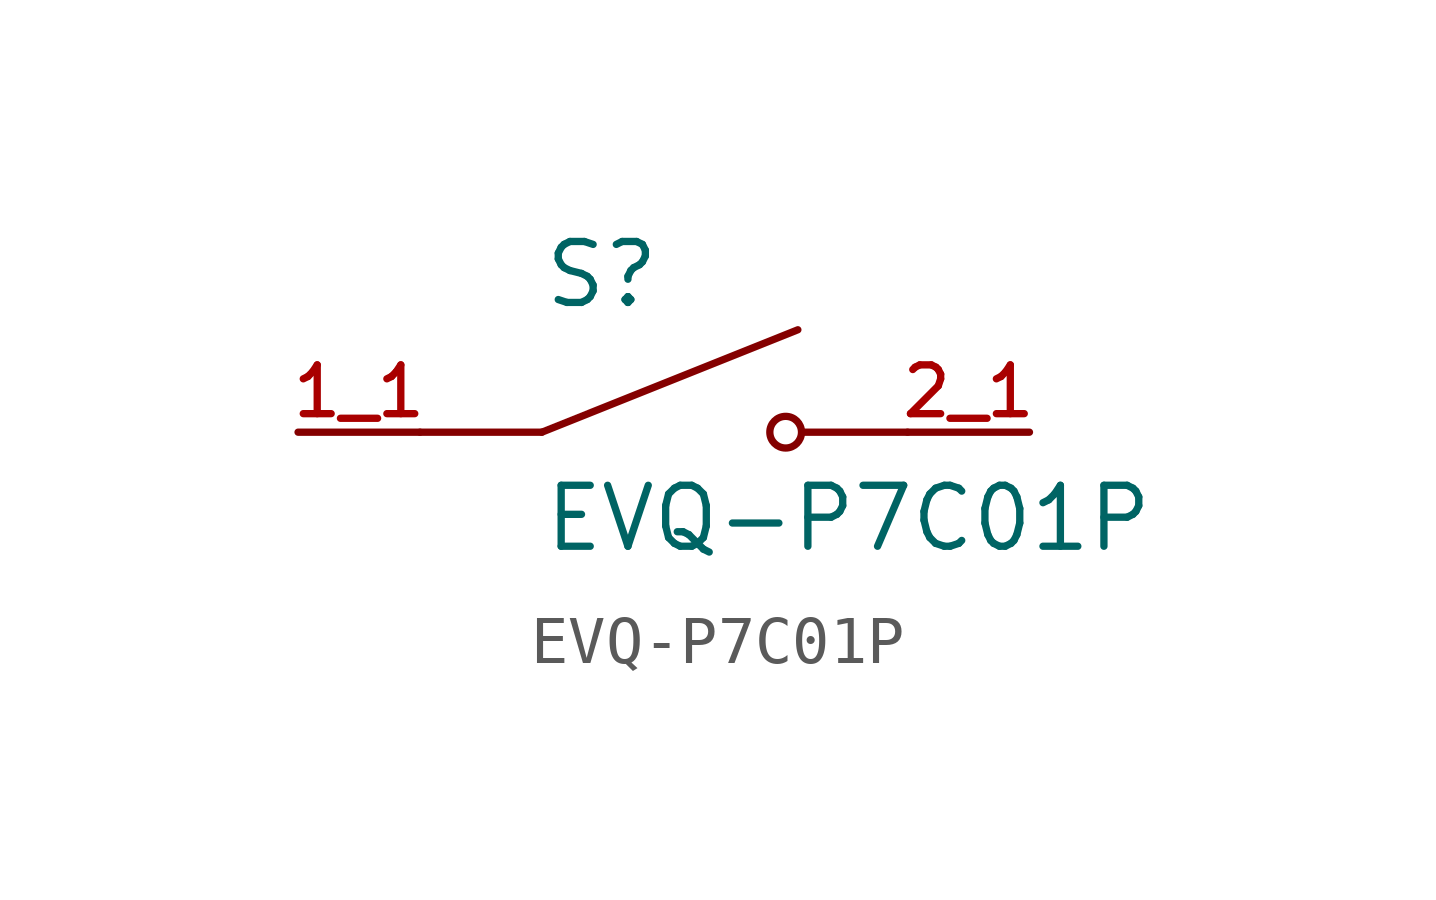
<source format=kicad_sym>
(kicad_symbol_lib
  (version 20211014)
  (generator kicad_symbol_editor)
  (symbol "EVQ-P7C01P"
    (pin_names
      (offset 1.016))
    (property "Reference" "S"
      (at -2.54 2.54 0)
      (effects (font (size 1.27 1.27)) (justify bottom left)))
    (property "Value" "EVQ-P7C01P"
      (at -2.54 -2.54 0)
      (effects (font (size 1.27 1.27)) (justify bottom left)))
    (symbol "EVQ-P7C01P_0_0"
      (polyline (pts (xy -2.54 0.0) (xy 2.794 2.134)) (stroke (width 0.152)))
      (circle (center 2.54 0.0) (radius 0.33) (stroke (width 0.152)) (fill (type none)))
      (polyline (pts (xy 5.08 0.0) (xy 2.921 0.0)) (stroke (width 0.152)))
      (polyline (pts (xy -2.54 0.0) (xy -5.08 0.0)) (stroke (width 0.152)))
      (pin passive line (at -7.62 0.0 0) (length 2.54) (name "~" (effects (font (size 1.016 1.016)))) (number "1_1" (effects (font (size 1.016 1.016)))))
      (pin passive line (at -7.62 0.0 0) (length 2.54) hide (name "~" (effects (font (size 1.016 1.016)))) (number "1_2" (effects (font (size 1.016 1.016)))))
      (pin passive line (at 7.62 0.0 180.0) (length 2.54) (name "~" (effects (font (size 1.016 1.016)))) (number "2_1" (effects (font (size 1.016 1.016)))))
      (pin passive line (at 7.62 0.0 180.0) (length 2.54) hide (name "~" (effects (font (size 1.016 1.016)))) (number "2_2" (effects (font (size 1.016 1.016))))))))
</source>
